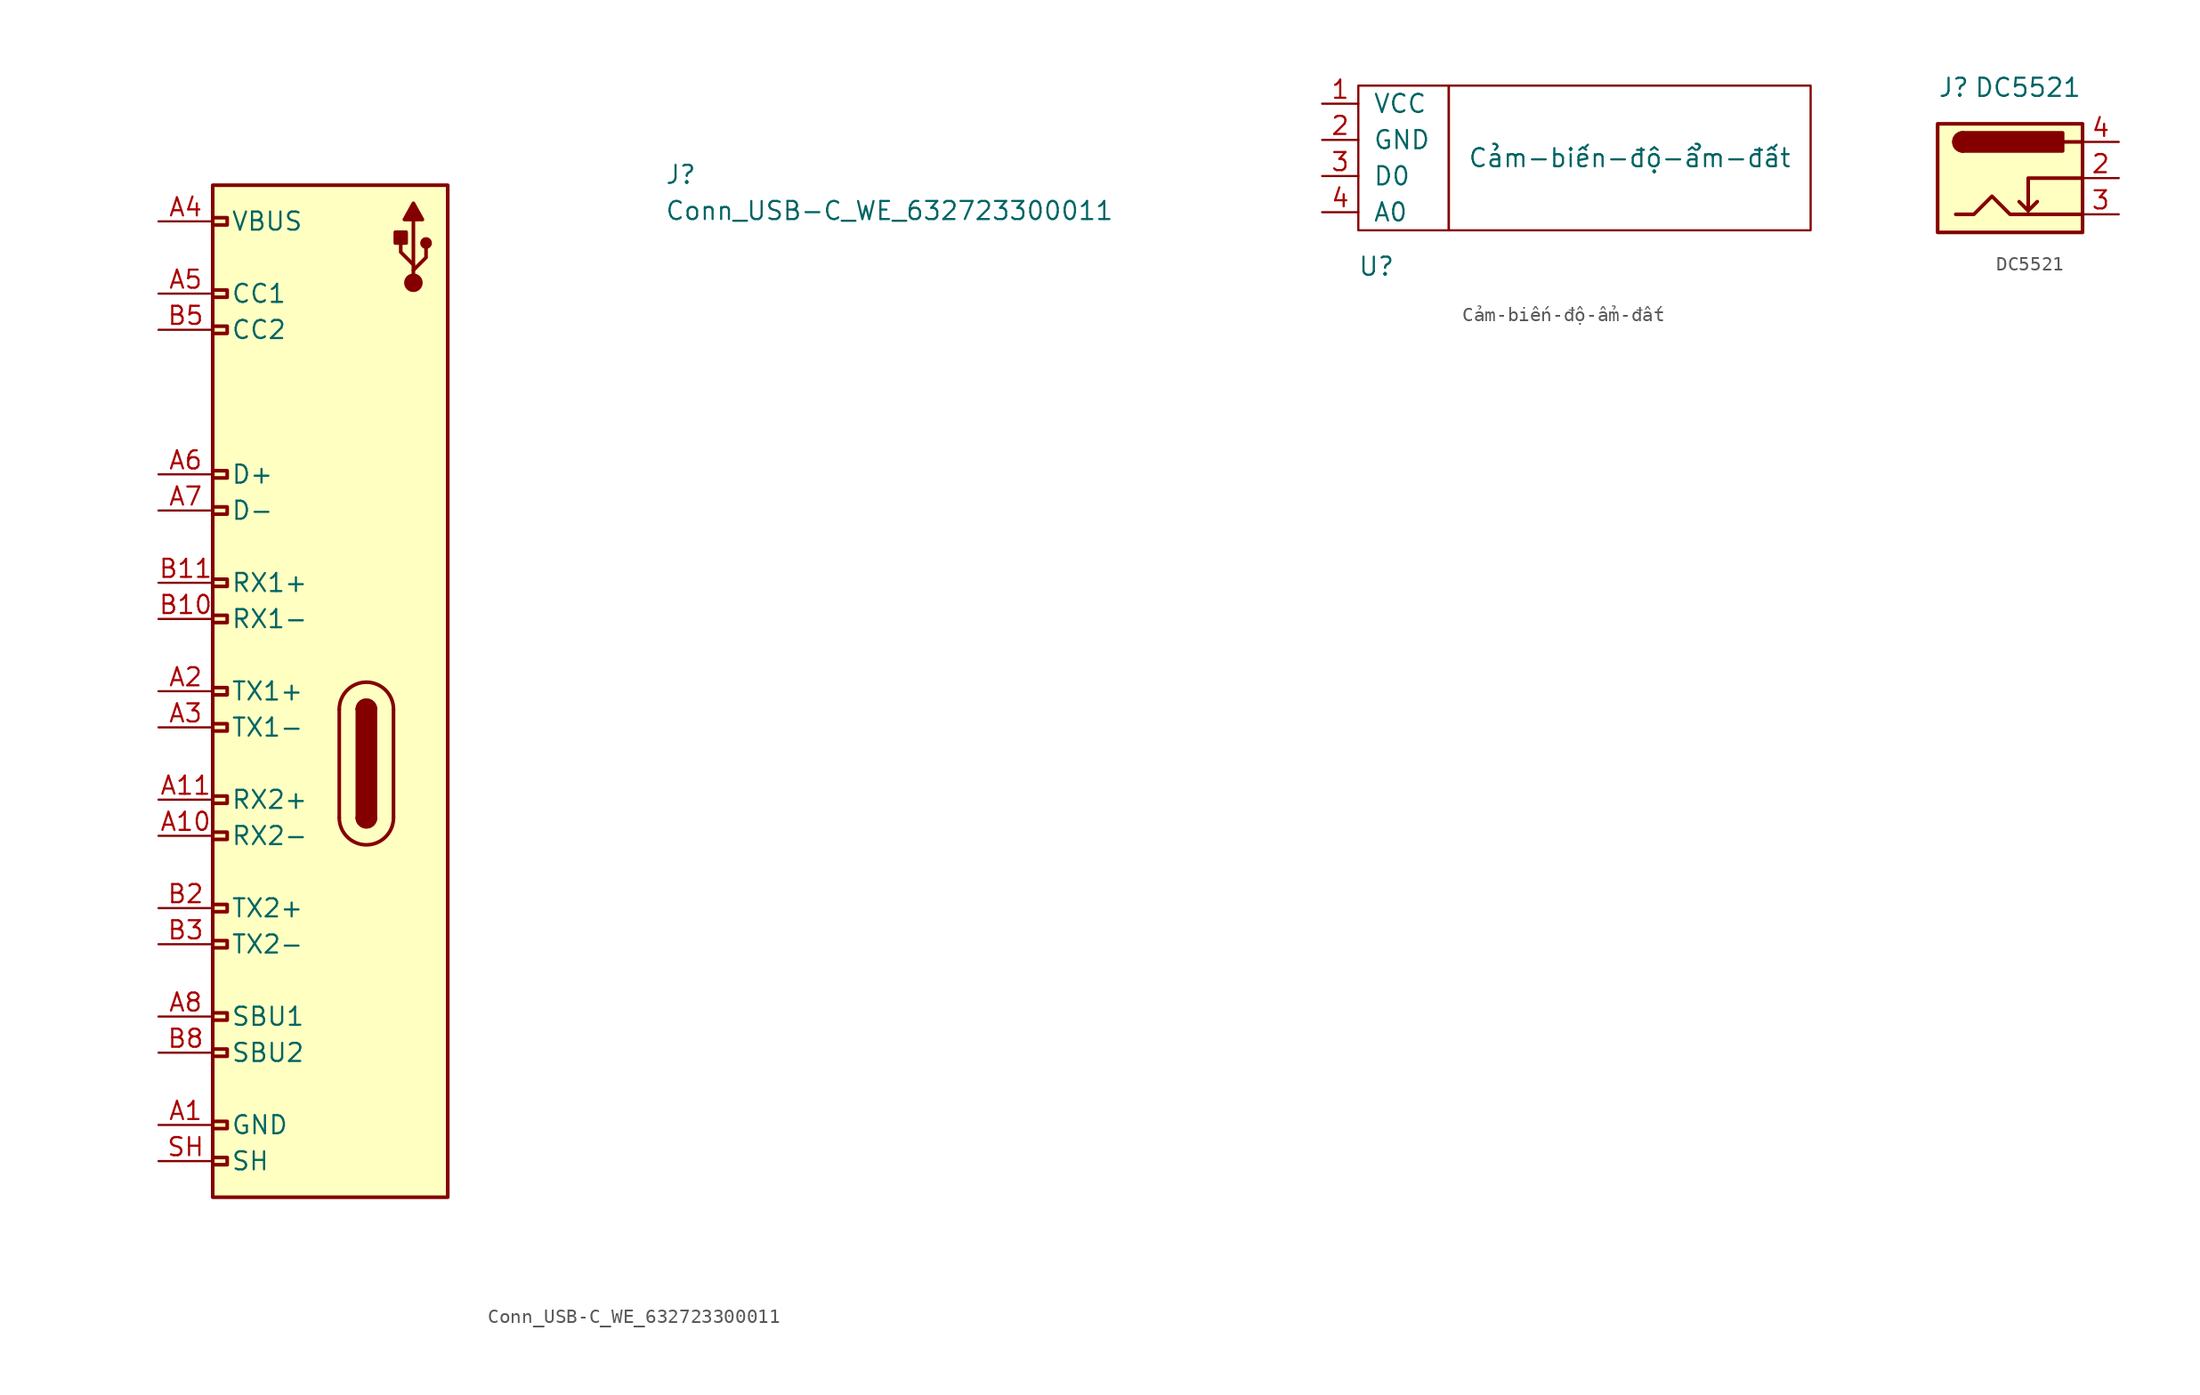
<source format=kicad_sym>
(kicad_symbol_lib
  (version 20231120)
  (generator "kicad_symbol_editor")
  (generator_version "8.0")
  (symbol "Conn_USB-C_WE_632723300011"
    (pin_names
      (offset 1.27))
    (property "Reference" "J"
      (at 35.56 2.54 0)
      (effects (font (size 1.27 1.27) (thickness 0.15)) (justify left bottom)))
    (property "Value" "Conn_USB-C_WE_632723300011"
      (at 35.56 0 0)
      (effects (font (size 1.27 1.27) (thickness 0.15)) (justify left bottom)))
    (symbol "Conn_USB-C_WE_632723300011_1_1"
      (polyline (pts (xy 12.7 -34.29) (xy 12.7 -41.91)) (stroke (width 0.254) (type default)) (fill (type background)))
      (polyline (pts (xy 16.51 -41.91) (xy 16.51 -34.29)) (stroke (width 0.254) (type default)) (fill (type background)))
      (polyline (pts (xy 17.907 -4.191) (xy 17.907 0.127)) (stroke (width 0.254) (type default)) (fill (type background)))
      (polyline (pts (xy 17.907 -3.429) (xy 18.796 -2.54) (xy 18.796 -1.905)) (stroke (width 0.254) (type default)) (fill (type background)))
      (polyline (pts (xy 17.907 -3.048) (xy 17.018 -2.159) (xy 17.018 -1.524)) (stroke (width 0.254) (type default)) (fill (type background)))
      (polyline (pts (xy 18.542 0.127) (xy 17.907 1.27) (xy 17.272 0.127) (xy 18.542 0.127)) (stroke (width 0.254) (type default)) (fill (type outline)))
      (rectangle (start 3.81 -66.294) (end 4.826 -65.786) (stroke (width 0.254) (type default)) (fill (type background)))
      (rectangle (start 3.81 2.54) (end 20.32 -68.58) (stroke (width 0.254) (type default)) (fill (type background)))
      (rectangle (start 4.826 -63.246) (end 3.81 -63.754) (stroke (width 0.254) (type default)) (fill (type background)))
      (rectangle (start 4.826 -58.674) (end 3.81 -58.166) (stroke (width 0.254) (type default)) (fill (type background)))
      (rectangle (start 4.826 -56.134) (end 3.81 -55.626) (stroke (width 0.254) (type default)) (fill (type background)))
      (rectangle (start 4.826 -51.054) (end 3.81 -50.546) (stroke (width 0.254) (type default)) (fill (type background)))
      (rectangle (start 4.826 -48.514) (end 3.81 -48.006) (stroke (width 0.254) (type default)) (fill (type background)))
      (rectangle (start 4.826 -43.434) (end 3.81 -42.926) (stroke (width 0.254) (type default)) (fill (type background)))
      (rectangle (start 4.826 -40.894) (end 3.81 -40.386) (stroke (width 0.254) (type default)) (fill (type background)))
      (rectangle (start 4.826 -35.814) (end 3.81 -35.306) (stroke (width 0.254) (type default)) (fill (type background)))
      (rectangle (start 4.826 -33.274) (end 3.81 -32.766) (stroke (width 0.254) (type default)) (fill (type background)))
      (rectangle (start 4.826 -28.194) (end 3.81 -27.686) (stroke (width 0.254) (type default)) (fill (type background)))
      (rectangle (start 4.826 -25.654) (end 3.81 -25.146) (stroke (width 0.254) (type default)) (fill (type background)))
      (rectangle (start 4.826 -20.574) (end 3.81 -20.066) (stroke (width 0.254) (type default)) (fill (type background)))
      (rectangle (start 4.826 -18.034) (end 3.81 -17.526) (stroke (width 0.254) (type default)) (fill (type background)))
      (rectangle (start 4.826 -7.874) (end 3.81 -7.366) (stroke (width 0.254) (type default)) (fill (type background)))
      (rectangle (start 4.826 -5.334) (end 3.81 -4.826) (stroke (width 0.254) (type default)) (fill (type background)))
      (rectangle (start 4.826 -0.254) (end 3.81 0.254) (stroke (width 0.254) (type default)) (fill (type background)))
      (arc (start 12.7 -41.91) (mid 14.605 -43.8066) (end 16.51 -41.91) (stroke (width 0.254) (type default)) (fill (type background)))
      (arc (start 13.97 -41.91) (mid 14.605 -42.5422) (end 15.24 -41.91) (stroke (width 0.254) (type default)) (fill (type outline)))
      (arc (start 13.97 -41.91) (mid 14.605 -42.5422) (end 15.24 -41.91) (stroke (width 0.254) (type default)) (fill (type background)))
      (rectangle (start 13.97 -34.29) (end 15.24 -41.91) (stroke (width 0.254) (type default)) (fill (type outline)))
      (arc (start 15.24 -34.29) (mid 14.605 -33.6577) (end 13.97 -34.29) (stroke (width 0.254) (type default)) (fill (type outline)))
      (arc (start 15.24 -34.29) (mid 14.605 -33.6577) (end 13.97 -34.29) (stroke (width 0.254) (type default)) (fill (type background)))
      (arc (start 16.51 -34.29) (mid 14.605 -32.3933) (end 12.7 -34.29) (stroke (width 0.254) (type default)) (fill (type background)))
      (rectangle (start 16.637 -0.762) (end 17.399 -1.524) (stroke (width 0.254) (type default)) (fill (type outline)))
      (circle (center 17.907 -4.318) (radius 0.524) (stroke (width 0.254) (type default)) (fill (type outline)))
      (circle (center 18.796 -1.524) (radius 0.284) (stroke (width 0.254) (type default)) (fill (type outline)))
      (pin power_in line (at 0 -63.5 0) (length 3.81) (name "GND" (effects (font (size 1.27 1.27)))) (number "A1" (effects (font (size 1.27 1.27)))))
      (pin bidirectional line (at 0 -43.18 0) (length 3.81) (name "RX2-" (effects (font (size 1.27 1.27)))) (number "A10" (effects (font (size 1.27 1.27)))))
      (pin bidirectional line (at 0 -40.64 0) (length 3.81) (name "RX2+" (effects (font (size 1.27 1.27)))) (number "A11" (effects (font (size 1.27 1.27)))))
      (pin passive line (at 0 -63.5 0) (length 3.81) hide (name "GND" (effects (font (size 1.27 1.27)))) (number "A12" (effects (font (size 1.27 1.27)))))
      (pin bidirectional line (at 0 -33.02 0) (length 3.81) (name "TX1+" (effects (font (size 1.27 1.27)))) (number "A2" (effects (font (size 1.27 1.27)))))
      (pin bidirectional line (at 0 -35.56 0) (length 3.81) (name "TX1-" (effects (font (size 1.27 1.27)))) (number "A3" (effects (font (size 1.27 1.27)))))
      (pin passive line (at 0 0 0) (length 3.81) (name "VBUS" (effects (font (size 1.27 1.27)))) (number "A4" (effects (font (size 1.27 1.27)))))
      (pin bidirectional line (at 0 -5.08 0) (length 3.81) (name "CC1" (effects (font (size 1.27 1.27)))) (number "A5" (effects (font (size 1.27 1.27)))))
      (pin bidirectional line (at 0 -17.78 0) (length 3.81) (name "D+" (effects (font (size 1.27 1.27)))) (number "A6" (effects (font (size 1.27 1.27)))))
      (pin bidirectional line (at 0 -20.32 0) (length 3.81) (name "D-" (effects (font (size 1.27 1.27)))) (number "A7" (effects (font (size 1.27 1.27)))))
      (pin bidirectional line (at 0 -55.88 0) (length 3.81) (name "SBU1" (effects (font (size 1.27 1.27)))) (number "A8" (effects (font (size 1.27 1.27)))))
      (pin passive line (at 0 0 0) (length 3.81) hide (name "VBUS" (effects (font (size 1.27 1.27)))) (number "A9" (effects (font (size 1.27 1.27)))))
      (pin passive line (at 0 -63.5 0) (length 3.81) hide (name "GND" (effects (font (size 1.27 1.27)))) (number "B1" (effects (font (size 1.27 1.27)))))
      (pin bidirectional line (at 0 -27.94 0) (length 3.81) (name "RX1-" (effects (font (size 1.27 1.27)))) (number "B10" (effects (font (size 1.27 1.27)))))
      (pin bidirectional line (at 0 -25.4 0) (length 3.81) (name "RX1+" (effects (font (size 1.27 1.27)))) (number "B11" (effects (font (size 1.27 1.27)))))
      (pin passive line (at 0 -63.5 0) (length 3.81) hide (name "GND" (effects (font (size 1.27 1.27)))) (number "B12" (effects (font (size 1.27 1.27)))))
      (pin bidirectional line (at 0 -48.26 0) (length 3.81) (name "TX2+" (effects (font (size 1.27 1.27)))) (number "B2" (effects (font (size 1.27 1.27)))))
      (pin bidirectional line (at 0 -50.8 0) (length 3.81) (name "TX2-" (effects (font (size 1.27 1.27)))) (number "B3" (effects (font (size 1.27 1.27)))))
      (pin passive line (at 0 0 0) (length 3.81) hide (name "VBUS" (effects (font (size 1.27 1.27)))) (number "B4" (effects (font (size 1.27 1.27)))))
      (pin bidirectional line (at 0 -7.62 0) (length 3.81) (name "CC2" (effects (font (size 1.27 1.27)))) (number "B5" (effects (font (size 1.27 1.27)))))
      (pin passive line (at 0 -17.78 0) (length 3.81) hide (name "D+" (effects (font (size 1.27 1.27)))) (number "B6" (effects (font (size 1.27 1.27)))))
      (pin passive line (at 0 -20.32 0) (length 3.81) hide (name "D-" (effects (font (size 1.27 1.27)))) (number "B7" (effects (font (size 1.27 1.27)))))
      (pin bidirectional line (at 0 -58.42 0) (length 3.81) (name "SBU2" (effects (font (size 1.27 1.27)))) (number "B8" (effects (font (size 1.27 1.27)))))
      (pin passive line (at 0 0 0) (length 3.81) hide (name "VBUS" (effects (font (size 1.27 1.27)))) (number "B9" (effects (font (size 1.27 1.27)))))
      (pin passive line (at 0 -66.04 0) (length 3.81) (name "SH" (effects (font (size 1.27 1.27)))) (number "SH" (effects (font (size 1.27 1.27)))))))
  (symbol "Cảm-biến-độ-ẩm-đất"
    (pin_names
      (offset 1.016))
    (property "Reference" "U"
      (at 1.27 -7.62 0)
      (effects (font (size 1.27 1.27))))
    (property "Value" "Cảm-biến-độ-ẩm-đất"
      (at 19.05 0 0)
      (effects (font (size 1.27 1.27))))
    (symbol "Cảm-biến-độ-ẩm-đất_0_1"
      (rectangle (start 0 5.08) (end 6.35 -5.08) (stroke (width 0) (type solid)) (fill (type none)))
      (rectangle (start 6.35 5.08) (end 31.75 -5.08) (stroke (width 0) (type solid)) (fill (type none))))
    (symbol "Cảm-biến-độ-ẩm-đất_1_1"
      (pin input line (at -2.54 3.81 0) (length 2.54) (name "VCC" (effects (font (size 1.27 1.27)))) (number "1" (effects (font (size 1.27 1.27)))))
      (pin input line (at -2.54 1.27 0) (length 2.54) (name "GND" (effects (font (size 1.27 1.27)))) (number "2" (effects (font (size 1.27 1.27)))))
      (pin input line (at -2.54 -1.27 0) (length 2.54) (name "D0" (effects (font (size 1.27 1.27)))) (number "3" (effects (font (size 1.27 1.27)))))
      (pin input line (at -2.54 -3.81 0) (length 2.54) (name "A0" (effects (font (size 1.27 1.27)))) (number "4" (effects (font (size 1.27 1.27)))))))
  (symbol "DC5521"
    (pin_names
      (offset 1.016) hide)
    (property "Reference" "J"
      (at -5.08 6.35 0)
      (effects (font (size 1.27 1.27)) (justify left)))
    (property "Value" "DC5521"
      (at -2.54 6.35 0)
      (effects (font (size 1.27 1.27)) (justify left)))
    (symbol "DC5521_1_1"
      (rectangle (start -5.08 3.81) (end 5.08 -3.81) (stroke (width 0.254) (type default)) (fill (type background)))
      (arc (start -3.302 3.175) (mid -3.9343 2.54) (end -3.302 1.905) (stroke (width 0.254) (type default)) (fill (type none)))
      (arc (start -3.302 3.175) (mid -3.9343 2.54) (end -3.302 1.905) (stroke (width 0.254) (type default)) (fill (type outline)))
      (polyline (pts (xy 1.27 -2.286) (xy 1.905 -1.651)) (stroke (width 0.254) (type default)) (fill (type none)))
      (polyline (pts (xy 5.08 2.54) (xy 3.81 2.54)) (stroke (width 0.254) (type default)) (fill (type none)))
      (polyline (pts (xy 5.08 0) (xy 1.27 0) (xy 1.27 -2.286) (xy 0.635 -1.651)) (stroke (width 0.254) (type default)) (fill (type none)))
      (polyline (pts (xy -3.81 -2.54) (xy -2.54 -2.54) (xy -1.27 -1.27) (xy 0 -2.54) (xy 2.54 -2.54) (xy 5.08 -2.54)) (stroke (width 0.254) (type default)) (fill (type none)))
      (rectangle (start 3.683 3.175) (end -3.302 1.905) (stroke (width 0.254) (type default)) (fill (type outline)))
      (pin passive line (at 7.62 0 180) (length 2.54) (name "~" (effects (font (size 1.27 1.27)))) (number "2" (effects (font (size 1.27 1.27)))))
      (pin passive line (at 7.62 -2.54 180) (length 2.54) (name "~" (effects (font (size 1.27 1.27)))) (number "3" (effects (font (size 1.27 1.27)))))
      (pin passive line (at 7.62 2.54 180) (length 2.54) (name "~" (effects (font (size 1.27 1.27)))) (number "4" (effects (font (size 1.27 1.27))))))))
</source>
